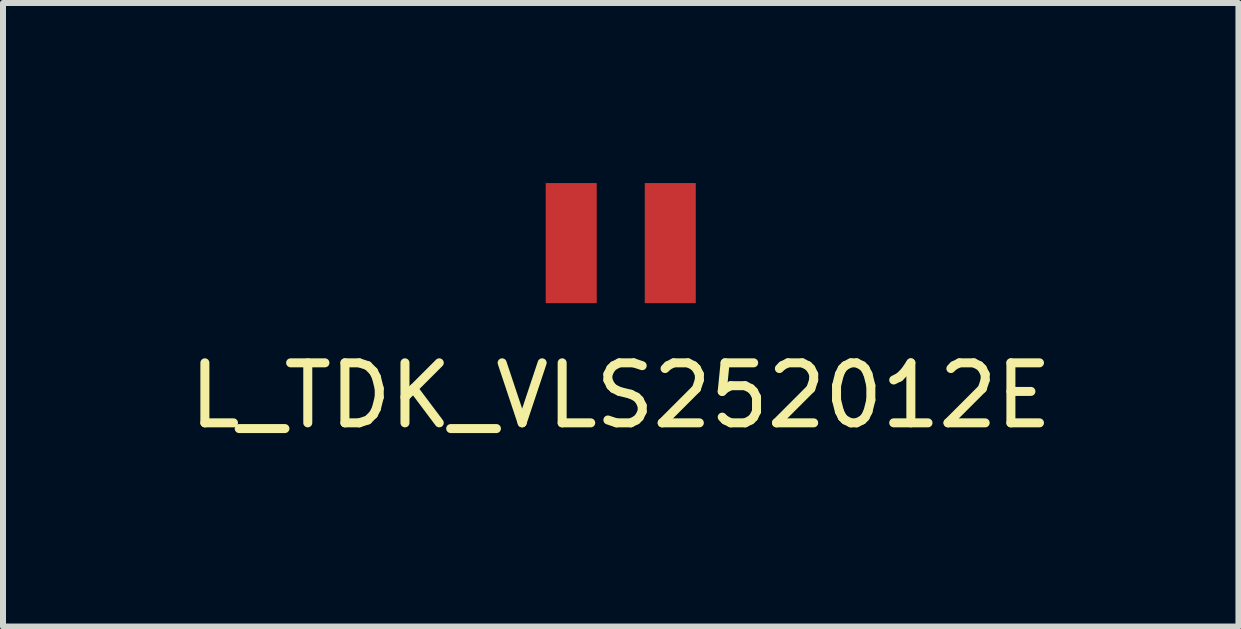
<source format=kicad_pcb>
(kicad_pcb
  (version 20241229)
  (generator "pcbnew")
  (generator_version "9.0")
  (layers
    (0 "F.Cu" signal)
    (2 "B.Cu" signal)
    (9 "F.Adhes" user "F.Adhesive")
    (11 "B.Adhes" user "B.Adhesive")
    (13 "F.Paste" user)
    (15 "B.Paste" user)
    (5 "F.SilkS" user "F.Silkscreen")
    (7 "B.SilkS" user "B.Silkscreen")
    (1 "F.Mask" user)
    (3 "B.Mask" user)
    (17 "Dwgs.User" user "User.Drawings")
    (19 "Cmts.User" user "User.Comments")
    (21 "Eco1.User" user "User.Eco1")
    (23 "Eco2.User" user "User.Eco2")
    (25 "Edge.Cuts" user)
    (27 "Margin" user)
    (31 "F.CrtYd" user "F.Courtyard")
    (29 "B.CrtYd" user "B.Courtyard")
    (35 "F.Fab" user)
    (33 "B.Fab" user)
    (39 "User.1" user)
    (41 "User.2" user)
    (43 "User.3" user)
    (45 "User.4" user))
  (footprint "L_TDK_VLS252012E"
    (layer "F.Cu")
    (at 7.292 1)
    (property "Reference" "L_TDK_VLS252012E" (at 0 2.54 0) (layer "F.SilkS") (effects (font (size 1 1) (thickness 0.15))))
    (attr through_hole)
    (pad "1" smd rect (at -0.825 0) (size 0.85 2) (layers "F.Cu" "F.Mask" "F.Paste"))
    (pad "2" smd rect (at 0.825 0) (size 0.85 2) (layers "F.Cu" "F.Mask" "F.Paste")))
  (gr_rect
    (start -3 -3)
    (end 17.583 7.388)
    (stroke (width 0.1) (type default))
    (fill no)
    (layer "Edge.Cuts")))
</source>
